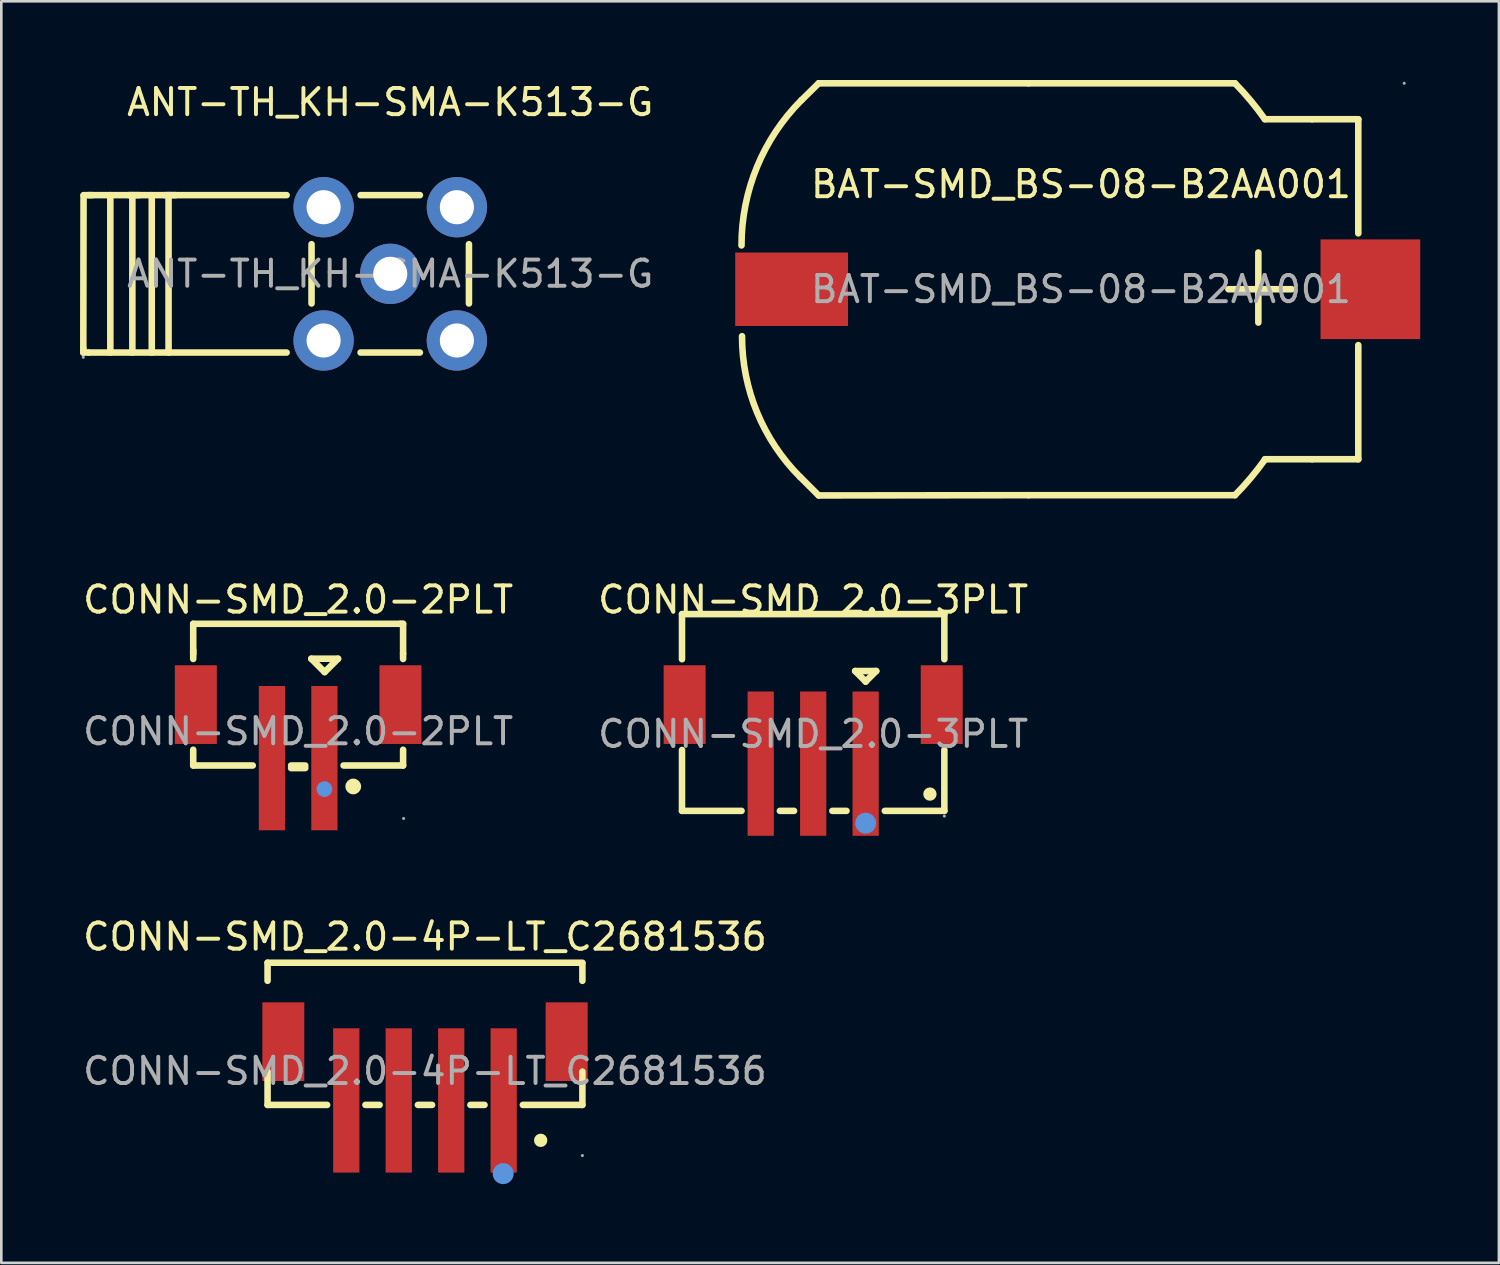
<source format=kicad_pcb>
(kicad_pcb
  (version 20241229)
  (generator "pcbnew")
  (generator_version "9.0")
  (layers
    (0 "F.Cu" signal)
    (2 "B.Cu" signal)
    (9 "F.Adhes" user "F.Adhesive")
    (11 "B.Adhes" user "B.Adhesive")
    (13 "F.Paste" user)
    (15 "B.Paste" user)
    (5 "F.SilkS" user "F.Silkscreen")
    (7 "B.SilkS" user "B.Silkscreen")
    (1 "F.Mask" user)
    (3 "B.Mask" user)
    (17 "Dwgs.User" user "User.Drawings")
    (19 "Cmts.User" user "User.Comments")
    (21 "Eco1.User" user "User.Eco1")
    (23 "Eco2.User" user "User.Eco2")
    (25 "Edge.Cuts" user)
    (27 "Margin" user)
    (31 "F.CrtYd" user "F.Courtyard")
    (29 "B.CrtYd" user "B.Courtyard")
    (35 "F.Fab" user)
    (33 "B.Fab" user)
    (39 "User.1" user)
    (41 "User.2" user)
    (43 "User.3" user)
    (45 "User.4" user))
  (footprint "ANT-TH_KH-SMA-K513-G"
    (layer "F.Cu")
    (at 11.825 7.388)
    (property "Reference" "ANT-TH_KH-SMA-K513-G" (at 0 -6.54 0) (layer "F.SilkS") (effects (font (size 1 1) (thickness 0.15))))
    (attr through_hole)
    (fp_line (start -11.7 3) (end -11.7 2.83) (stroke (width 0.25) (type solid)) (layer "F.SilkS"))
    (fp_line (start -11.69 -2.98) (end -11.7 2.83) (stroke (width 0.25) (type solid)) (layer "F.SilkS"))
    (fp_line (start -11.5 -3) (end -3.95 -3) (stroke (width 0.25) (type solid)) (layer "F.SilkS"))
    (fp_line (start -11.5 3) (end -11.7 3) (stroke (width 0.25) (type solid)) (layer "F.SilkS"))
    (fp_line (start -11.5 3) (end -3.95 3) (stroke (width 0.25) (type solid)) (layer "F.SilkS"))
    (fp_line (start -11.36 -3) (end -11.69 -3) (stroke (width 0.25) (type solid)) (layer "F.SilkS"))
    (fp_line (start -10.67 -3) (end -10.67 3) (stroke (width 0.25) (type solid)) (layer "F.SilkS"))
    (fp_line (start -9.97 -3) (end -9.57 -3) (stroke (width 0.25) (type solid)) (layer "F.SilkS"))
    (fp_line (start -9.83 -3) (end -9.83 3) (stroke (width 0.25) (type solid)) (layer "F.SilkS"))
    (fp_line (start -9.09 -3) (end -9.09 3) (stroke (width 0.25) (type solid)) (layer "F.SilkS"))
    (fp_line (start -8.59 -3) (end -8.18 -3) (stroke (width 0.25) (type solid)) (layer "F.SilkS"))
    (fp_line (start -8.45 -3) (end -8.45 3) (stroke (width 0.25) (type solid)) (layer "F.SilkS"))
    (fp_line (start -3 1.13) (end -3 -1.13) (stroke (width 0.25) (type solid)) (layer "F.SilkS"))
    (fp_line (start -1.13 -3) (end 1.13 -3) (stroke (width 0.25) (type solid)) (layer "F.SilkS"))
    (fp_line (start 1.13 3) (end -1.13 3) (stroke (width 0.25) (type solid)) (layer "F.SilkS"))
    (fp_line (start 3 -1.13) (end 3 1.13) (stroke (width 0.25) (type solid)) (layer "F.SilkS"))
    (fp_circle (center -11.7 3.18) (end -11.67 3.18) (stroke (width 0.06) (type solid)) (fill no) (layer "F.Fab"))
    (fp_circle (center 0 0) (end 0.2 0) (stroke (width 0.4) (type solid)) (fill no) (layer "F.Fab"))
    (fp_text user "${REFERENCE}" (at 0 0 0) (layer "F.Fab") (effects (font (size 1 1) (thickness 0.15))))
    (pad "1" thru_hole circle (at -2.54 2.54) (size 2.3 2.3) (drill 1.3) (layers "*.Cu" "*.Mask"))
    (pad "2" thru_hole circle (at -2.54 -2.54) (size 2.3 2.3) (drill 1.3) (layers "*.Cu" "*.Mask"))
    (pad "3" thru_hole circle (at 2.54 -2.54) (size 2.3 2.3) (drill 1.3) (layers "*.Cu" "*.Mask"))
    (pad "4" thru_hole circle (at 2.54 2.54) (size 2.3 2.3) (drill 1.3) (layers "*.Cu" "*.Mask"))
    (pad "5" thru_hole circle (at 0 0) (size 2.3 2.3) (drill 1.3) (layers "*.Cu" "*.Mask")))
  (footprint "CONN-SMD_2.0-3PLT"
    (layer "F.Cu")
    (at 27.946 24.928)
    (property "Reference" "CONN-SMD_2.0-3PLT" (at 0 -5.12 0) (layer "F.SilkS") (effects (font (size 1 1) (thickness 0.15))))
    (attr smd)
    (fp_line (start -5 -4.57) (end -5 -2.85) (stroke (width 0.25) (type solid)) (layer "F.SilkS"))
    (fp_line (start -5 -4.57) (end 5 -4.57) (stroke (width 0.25) (type solid)) (layer "F.SilkS"))
    (fp_line (start -5 0.61) (end -5 2.93) (stroke (width 0.25) (type solid)) (layer "F.SilkS"))
    (fp_line (start -5 2.93) (end -2.73 2.93) (stroke (width 0.25) (type solid)) (layer "F.SilkS"))
    (fp_line (start -1.27 2.93) (end -0.73 2.93) (stroke (width 0.25) (type solid)) (layer "F.SilkS"))
    (fp_line (start 0.73 2.93) (end 1.27 2.93) (stroke (width 0.25) (type solid)) (layer "F.SilkS"))
    (fp_line (start 1.6 -2.4) (end 2.4 -2.4) (stroke (width 0.25) (type solid)) (layer "F.SilkS"))
    (fp_line (start 2 -2) (end 1.6 -2.4) (stroke (width 0.25) (type solid)) (layer "F.SilkS"))
    (fp_line (start 2 -2) (end 2 -2) (stroke (width 0.25) (type solid)) (layer "F.SilkS"))
    (fp_line (start 2.4 -2.4) (end 2 -2) (stroke (width 0.25) (type solid)) (layer "F.SilkS"))
    (fp_line (start 2.4 -2.4) (end 2.4 -2.4) (stroke (width 0.25) (type solid)) (layer "F.SilkS"))
    (fp_line (start 2.73 2.93) (end 5 2.93) (stroke (width 0.25) (type solid)) (layer "F.SilkS"))
    (fp_line (start 5 -4.57) (end 5 -2.85) (stroke (width 0.25) (type solid)) (layer "F.SilkS"))
    (fp_line (start 5 0.61) (end 5 2.93) (stroke (width 0.25) (type solid)) (layer "F.SilkS"))
    (fp_circle (center 4.45 2.29) (end 4.58 2.29) (stroke (width 0.25) (type solid)) (fill no) (layer "F.SilkS"))
    (fp_circle (center 2 3.4) (end 2.2 3.4) (stroke (width 0.4) (type solid)) (fill no) (layer "Cmts.User"))
    (fp_circle (center 5 3.13) (end 5.03 3.13) (stroke (width 0.06) (type solid)) (fill no) (layer "F.Fab"))
    (fp_text user "${REFERENCE}" (at 0 0 0) (layer "F.Fab") (effects (font (size 1 1) (thickness 0.15))))
    (pad "1" smd rect (at 2 1.13) (size 1 5.5) (layers "F.Cu" "F.Mask" "F.Paste"))
    (pad "2" smd rect (at 0 1.13) (size 1 5.5) (layers "F.Cu" "F.Mask" "F.Paste"))
    (pad "3" smd rect (at -2 1.13) (size 1 5.5) (layers "F.Cu" "F.Mask" "F.Paste"))
    (pad "4" smd rect (at -4.9 -1.12) (size 1.6 3) (layers "F.Cu" "F.Mask" "F.Paste"))
    (pad "5" smd rect (at 4.9 -1.12) (size 1.6 3) (layers "F.Cu" "F.Mask" "F.Paste")))
  (footprint "CONN-SMD_2.0-2PLT"
    (layer "F.Cu")
    (at 8.315 24.828)
    (property "Reference" "CONN-SMD_2.0-2PLT" (at 0 -5.02 0) (layer "F.SilkS") (effects (font (size 1 1) (thickness 0.15))))
    (attr smd)
    (fp_line (start -4 -4.1) (end 3.9 -4.1) (stroke (width 0.25) (type solid)) (layer "F.SilkS"))
    (fp_line (start -4 -2.96) (end -4 -4.1) (stroke (width 0.25) (type solid)) (layer "F.SilkS"))
    (fp_line (start -4 -2.76) (end -4 -3.1) (stroke (width 0.25) (type solid)) (layer "F.SilkS"))
    (fp_line (start -4 1.3) (end -4 0.7) (stroke (width 0.25) (type solid)) (layer "F.SilkS"))
    (fp_line (start -1.73 1.3) (end -4 1.3) (stroke (width 0.25) (type solid)) (layer "F.SilkS"))
    (fp_line (start 0.27 1.3) (end -0.27 1.3) (stroke (width 0.25) (type solid)) (layer "F.SilkS"))
    (fp_line (start 0.27 1.4) (end -0.27 1.4) (stroke (width 0.25) (type solid)) (layer "F.SilkS"))
    (fp_line (start 0.5 -2.77) (end 1.52 -2.77) (stroke (width 0.25) (type solid)) (layer "F.SilkS"))
    (fp_line (start 1.01 -2.26) (end 0.5 -2.77) (stroke (width 0.25) (type solid)) (layer "F.SilkS"))
    (fp_line (start 1.52 -2.77) (end 1.01 -2.26) (stroke (width 0.25) (type solid)) (layer "F.SilkS"))
    (fp_line (start 3.9 -4.1) (end 4 -4.1) (stroke (width 0.25) (type solid)) (layer "F.SilkS"))
    (fp_line (start 4 -4.1) (end 4 -2.96) (stroke (width 0.25) (type solid)) (layer "F.SilkS"))
    (fp_line (start 4 -2.96) (end 4 -2.76) (stroke (width 0.25) (type solid)) (layer "F.SilkS"))
    (fp_line (start 4 0.7) (end 4 1.3) (stroke (width 0.25) (type solid)) (layer "F.SilkS"))
    (fp_line (start 4 1.3) (end 1.73 1.3) (stroke (width 0.25) (type solid)) (layer "F.SilkS"))
    (fp_circle (center 2.1 2.1) (end 2.25 2.1) (stroke (width 0.3) (type solid)) (fill no) (layer "F.SilkS"))
    (fp_circle (center 1 2.2) (end 1.15 2.2) (stroke (width 0.3) (type solid)) (fill no) (layer "Cmts.User"))
    (fp_circle (center 4.02 3.32) (end 4.05 3.32) (stroke (width 0.06) (type solid)) (fill no) (layer "F.Fab"))
    (fp_text user "${REFERENCE}" (at 0 0 0) (layer "F.Fab") (effects (font (size 1 1) (thickness 0.15))))
    (pad "1" smd rect (at 1 1.02) (size 1 5.5) (layers "F.Cu" "F.Mask" "F.Paste"))
    (pad "2" smd rect (at -1 1.02) (size 1 5.5) (layers "F.Cu" "F.Mask" "F.Paste"))
    (pad "3" smd rect (at 3.9 -1.02) (size 1.6 3) (layers "F.Cu" "F.Mask" "F.Paste"))
    (pad "4" smd rect (at -3.9 -1.02) (size 1.6 3) (layers "F.Cu" "F.Mask" "F.Paste")))
  (footprint "BAT-SMD_BS-08-B2AA001"
    (layer "F.Cu")
    (at 38.154 7.975)
    (property "Reference" "BAT-SMD_BS-08-B2AA001" (at 0 -4 0) (layer "F.SilkS") (effects (font (size 1 1) (thickness 0.15))))
    (attr smd)
    (fp_line (start -10 -7.85) (end -10.65 -7.21) (stroke (width 0.25) (type solid)) (layer "F.SilkS"))
    (fp_line (start -10 7.86) (end -10.7 7.16) (stroke (width 0.25) (type solid)) (layer "F.SilkS"))
    (fp_line (start -2 -7.85) (end -10 -7.85) (stroke (width 0.25) (type solid)) (layer "F.SilkS"))
    (fp_line (start -2 -7.85) (end 5.87 -7.85) (stroke (width 0.25) (type solid)) (layer "F.SilkS"))
    (fp_line (start -2 7.85) (end -10 7.86) (stroke (width 0.25) (type solid)) (layer "F.SilkS"))
    (fp_line (start -2 7.85) (end 5.87 7.85) (stroke (width 0.25) (type solid)) (layer "F.SilkS"))
    (fp_line (start 5.62 0) (end 8.03 0) (stroke (width 0.25) (type solid)) (layer "F.SilkS"))
    (fp_line (start 6.76 -1.4) (end 6.76 1.27) (stroke (width 0.25) (type solid)) (layer "F.SilkS"))
    (fp_line (start 7.01 -6.48) (end 8.81 -6.48) (stroke (width 0.25) (type solid)) (layer "F.SilkS"))
    (fp_line (start 7.01 6.48) (end 8.81 6.48) (stroke (width 0.25) (type solid)) (layer "F.SilkS"))
    (fp_line (start 8.81 -6.48) (end 10.57 -6.48) (stroke (width 0.25) (type solid)) (layer "F.SilkS"))
    (fp_line (start 10.57 -6.48) (end 10.57 -2.13) (stroke (width 0.25) (type solid)) (layer "F.SilkS"))
    (fp_line (start 10.57 2.13) (end 10.57 6.48) (stroke (width 0.25) (type solid)) (layer "F.SilkS"))
    (fp_line (start 10.57 6.48) (end 8.81 6.48) (stroke (width 0.25) (type solid)) (layer "F.SilkS"))
    (fp_arc (start -12.94 -1.67) (mid -12.347543 -4.667804) (end -10.652752 -7.210543) (stroke (width 0.25) (type solid)) (layer "F.SilkS"))
    (fp_arc (start -10.703076 7.160807) (mid -12.34582 4.695941) (end -12.92 1.79) (stroke (width 0.25) (type solid)) (layer "F.SilkS"))
    (fp_arc (start 5.87 -7.85) (mid 6.467154 -7.188396) (end 7.009818 -6.48141) (stroke (width 0.25) (type solid)) (layer "F.SilkS"))
    (fp_arc (start 7.02 6.48) (mid 6.472444 7.187535) (end 5.870197 7.84914) (stroke (width 0.25) (type solid)) (layer "F.SilkS"))
    (fp_circle (center 12.32 -7.85) (end 12.35 -7.85) (stroke (width 0.06) (type solid)) (fill no) (layer "F.Fab"))
    (fp_text user "${REFERENCE}" (at 0 0 0) (layer "F.Fab") (effects (font (size 1 1) (thickness 0.15))))
    (pad "1" smd rect (at 11.03 0) (size 3.8 3.8) (layers "F.Cu" "F.Mask" "F.Paste"))
    (pad "2" smd rect (at -11.03 0) (size 4.3 2.8) (layers "F.Cu" "F.Mask" "F.Paste")))
  (footprint "CONN-SMD_2.0-4P-LT_C2681536"
    (layer "F.Cu")
    (at 13.149 37.776)
    (property "Reference" "CONN-SMD_2.0-4P-LT_C2681536" (at 0 -5.12 0) (layer "F.SilkS") (effects (font (size 1 1) (thickness 0.15))))
    (attr smd)
    (fp_line (start -6 -4.13) (end -6 -3.44) (stroke (width 0.25) (type solid)) (layer "F.SilkS"))
    (fp_line (start -6 -4.13) (end 6 -4.13) (stroke (width 0.25) (type solid)) (layer "F.SilkS"))
    (fp_line (start -6 0.02) (end -6 1.29) (stroke (width 0.25) (type solid)) (layer "F.SilkS"))
    (fp_line (start -6 1.29) (end -3.73 1.29) (stroke (width 0.25) (type solid)) (layer "F.SilkS"))
    (fp_line (start -1.73 1.29) (end -2.27 1.29) (stroke (width 0.25) (type solid)) (layer "F.SilkS"))
    (fp_line (start 0.27 1.29) (end -0.27 1.29) (stroke (width 0.25) (type solid)) (layer "F.SilkS"))
    (fp_line (start 2.27 1.29) (end 1.73 1.29) (stroke (width 0.25) (type solid)) (layer "F.SilkS"))
    (fp_line (start 6 -4.11) (end 6 -3.44) (stroke (width 0.25) (type solid)) (layer "F.SilkS"))
    (fp_line (start 6 0.02) (end 6 1.29) (stroke (width 0.25) (type solid)) (layer "F.SilkS"))
    (fp_line (start 6 1.29) (end 3.73 1.29) (stroke (width 0.25) (type solid)) (layer "F.SilkS"))
    (fp_circle (center 4.41 2.64) (end 4.54 2.64) (stroke (width 0.25) (type solid)) (fill no) (layer "F.SilkS"))
    (fp_circle (center 2.98 3.91) (end 3.18 3.91) (stroke (width 0.4) (type solid)) (fill no) (layer "Cmts.User"))
    (fp_circle (center 6 3.22) (end 6.03 3.22) (stroke (width 0.06) (type solid)) (fill no) (layer "F.Fab"))
    (fp_text user "${REFERENCE}" (at 0 0 0) (layer "F.Fab") (effects (font (size 1 1) (thickness 0.15))))
    (pad "1" smd rect (at 3 1.12) (size 1 5.5) (layers "F.Cu" "F.Mask" "F.Paste"))
    (pad "2" smd rect (at 1 1.12) (size 1 5.5) (layers "F.Cu" "F.Mask" "F.Paste"))
    (pad "3" smd rect (at -1 1.12) (size 1 5.5) (layers "F.Cu" "F.Mask" "F.Paste"))
    (pad "4" smd rect (at -3 1.12) (size 1 5.5) (layers "F.Cu" "F.Mask" "F.Paste"))
    (pad "5" smd rect (at -5.4 -1.12) (size 1.6 3) (layers "F.Cu" "F.Mask" "F.Paste"))
    (pad "6" smd rect (at 5.4 -1.12) (size 1.6 3) (layers "F.Cu" "F.Mask" "F.Paste")))
  (gr_rect
    (start -3 -3)
    (end 54.084 45.087)
    (stroke (width 0.1) (type default))
    (fill no)
    (layer "Edge.Cuts")))
</source>
